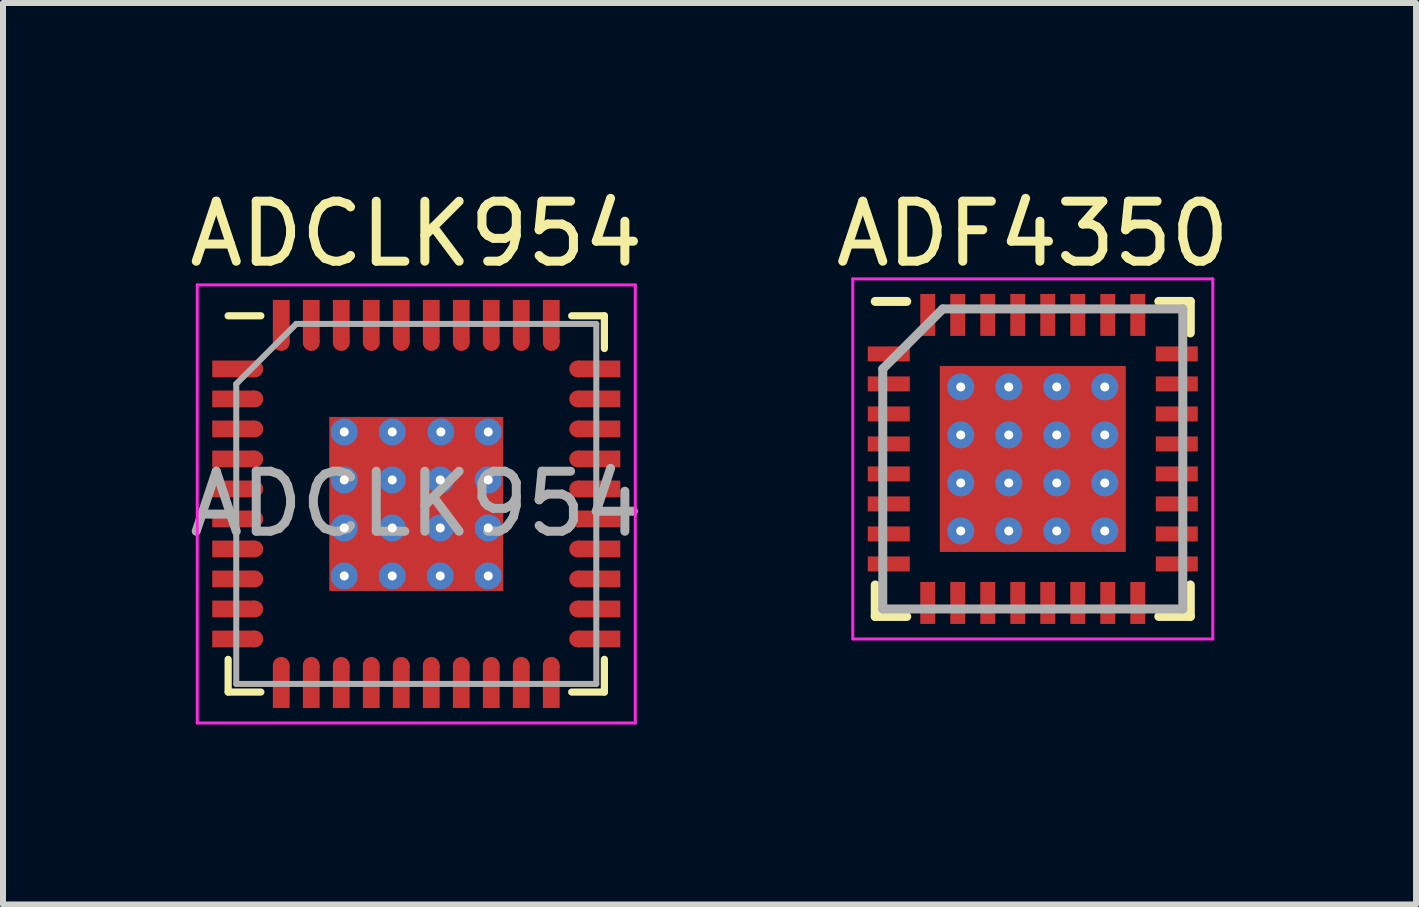
<source format=kicad_pcb>
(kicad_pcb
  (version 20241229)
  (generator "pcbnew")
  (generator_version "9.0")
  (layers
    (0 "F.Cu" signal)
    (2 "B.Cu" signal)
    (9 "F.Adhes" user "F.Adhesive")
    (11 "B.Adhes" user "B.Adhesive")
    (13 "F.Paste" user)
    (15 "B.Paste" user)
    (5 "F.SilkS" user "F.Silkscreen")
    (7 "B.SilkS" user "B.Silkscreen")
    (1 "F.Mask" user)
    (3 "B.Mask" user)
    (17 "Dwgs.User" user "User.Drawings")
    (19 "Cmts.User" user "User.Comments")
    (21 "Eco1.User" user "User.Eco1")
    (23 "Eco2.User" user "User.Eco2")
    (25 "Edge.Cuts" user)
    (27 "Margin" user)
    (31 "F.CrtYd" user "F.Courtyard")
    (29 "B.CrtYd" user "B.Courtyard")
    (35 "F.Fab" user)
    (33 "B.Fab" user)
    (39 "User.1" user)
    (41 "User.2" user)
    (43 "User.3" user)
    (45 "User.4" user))
  (footprint "ADF4350"
    (layer "F.Cu")
    (at 14.161 4.598)
    (property "Reference" "ADF4350" (at 0 -3.75 0) (layer "F.SilkS") (effects (font (size 1 1) (thickness 0.15))))
    (attr smd)
    (fp_line (start -2.625 -2.625) (end -2.1 -2.625) (stroke (width 0.15) (type solid)) (layer "F.SilkS"))
    (fp_line (start -2.625 2.625) (end -2.625 2.1) (stroke (width 0.15) (type solid)) (layer "F.SilkS"))
    (fp_line (start -2.625 2.625) (end -2.1 2.625) (stroke (width 0.15) (type solid)) (layer "F.SilkS"))
    (fp_line (start 2.625 -2.625) (end 2.1 -2.625) (stroke (width 0.15) (type solid)) (layer "F.SilkS"))
    (fp_line (start 2.625 -2.625) (end 2.625 -2.1) (stroke (width 0.15) (type solid)) (layer "F.SilkS"))
    (fp_line (start 2.625 2.625) (end 2.1 2.625) (stroke (width 0.15) (type solid)) (layer "F.SilkS"))
    (fp_line (start 2.625 2.625) (end 2.625 2.1) (stroke (width 0.15) (type solid)) (layer "F.SilkS"))
    (fp_line (start -3 -3) (end -3 3) (stroke (width 0.05) (type solid)) (layer "F.CrtYd"))
    (fp_line (start -3 -3) (end 3 -3) (stroke (width 0.05) (type solid)) (layer "F.CrtYd"))
    (fp_line (start -3 3) (end 3 3) (stroke (width 0.05) (type solid)) (layer "F.CrtYd"))
    (fp_line (start 3 -3) (end 3 3) (stroke (width 0.05) (type solid)) (layer "F.CrtYd"))
    (fp_line (start -2.5 -1.5) (end -1.5 -2.5) (stroke (width 0.15) (type solid)) (layer "F.Fab"))
    (fp_line (start -2.5 2.5) (end -2.5 -1.5) (stroke (width 0.15) (type solid)) (layer "F.Fab"))
    (fp_line (start -1.5 -2.5) (end 2.5 -2.5) (stroke (width 0.15) (type solid)) (layer "F.Fab"))
    (fp_line (start 2.5 -2.5) (end 2.5 2.5) (stroke (width 0.15) (type solid)) (layer "F.Fab"))
    (fp_line (start 2.5 2.5) (end -2.5 2.5) (stroke (width 0.15) (type solid)) (layer "F.Fab"))
    (pad "1" smd rect (at -2.4 -1.75) (size 0.7 0.25) (layers "F.Cu" "F.Mask" "F.Paste"))
    (pad "2" smd rect (at -2.4 -1.25) (size 0.7 0.25) (layers "F.Cu" "F.Mask" "F.Paste"))
    (pad "3" smd rect (at -2.4 -0.75) (size 0.7 0.25) (layers "F.Cu" "F.Mask" "F.Paste"))
    (pad "4" smd rect (at -2.4 -0.25) (size 0.7 0.25) (layers "F.Cu" "F.Mask" "F.Paste"))
    (pad "5" smd rect (at -2.4 0.25) (size 0.7 0.25) (layers "F.Cu" "F.Mask" "F.Paste"))
    (pad "6" smd rect (at -2.4 0.75) (size 0.7 0.25) (layers "F.Cu" "F.Mask" "F.Paste"))
    (pad "7" smd rect (at -2.4 1.25) (size 0.7 0.25) (layers "F.Cu" "F.Mask" "F.Paste"))
    (pad "8" smd rect (at -2.4 1.75) (size 0.7 0.25) (layers "F.Cu" "F.Mask" "F.Paste"))
    (pad "9" smd rect (at -1.75 2.4 90) (size 0.7 0.25) (layers "F.Cu" "F.Mask" "F.Paste"))
    (pad "10" smd rect (at -1.25 2.4 90) (size 0.7 0.25) (layers "F.Cu" "F.Mask" "F.Paste"))
    (pad "11" smd rect (at -0.75 2.4 90) (size 0.7 0.25) (layers "F.Cu" "F.Mask" "F.Paste"))
    (pad "12" smd rect (at -0.25 2.4 90) (size 0.7 0.25) (layers "F.Cu" "F.Mask" "F.Paste"))
    (pad "13" smd rect (at 0.25 2.4 90) (size 0.7 0.25) (layers "F.Cu" "F.Mask" "F.Paste"))
    (pad "14" smd rect (at 0.75 2.4 90) (size 0.7 0.25) (layers "F.Cu" "F.Mask" "F.Paste"))
    (pad "15" smd rect (at 1.25 2.4 90) (size 0.7 0.25) (layers "F.Cu" "F.Mask" "F.Paste"))
    (pad "16" smd rect (at 1.75 2.4 90) (size 0.7 0.25) (layers "F.Cu" "F.Mask" "F.Paste"))
    (pad "17" smd rect (at 2.4 1.75) (size 0.7 0.25) (layers "F.Cu" "F.Mask" "F.Paste"))
    (pad "18" smd rect (at 2.4 1.25) (size 0.7 0.25) (layers "F.Cu" "F.Mask" "F.Paste"))
    (pad "19" smd rect (at 2.4 0.75) (size 0.7 0.25) (layers "F.Cu" "F.Mask" "F.Paste"))
    (pad "20" smd rect (at 2.4 0.25) (size 0.7 0.25) (layers "F.Cu" "F.Mask" "F.Paste"))
    (pad "21" smd rect (at 2.4 -0.25) (size 0.7 0.25) (layers "F.Cu" "F.Mask" "F.Paste"))
    (pad "22" smd rect (at 2.4 -0.75) (size 0.7 0.25) (layers "F.Cu" "F.Mask" "F.Paste"))
    (pad "23" smd rect (at 2.4 -1.25) (size 0.7 0.25) (layers "F.Cu" "F.Mask" "F.Paste"))
    (pad "24" smd rect (at 2.4 -1.75) (size 0.7 0.25) (layers "F.Cu" "F.Mask" "F.Paste"))
    (pad "25" smd rect (at 1.75 -2.4 90) (size 0.7 0.25) (layers "F.Cu" "F.Mask" "F.Paste"))
    (pad "26" smd rect (at 1.25 -2.4 90) (size 0.7 0.25) (layers "F.Cu" "F.Mask" "F.Paste"))
    (pad "27" smd rect (at 0.75 -2.4 90) (size 0.7 0.25) (layers "F.Cu" "F.Mask" "F.Paste"))
    (pad "28" smd rect (at 0.25 -2.4 90) (size 0.7 0.25) (layers "F.Cu" "F.Mask" "F.Paste"))
    (pad "29" smd rect (at -0.25 -2.4 90) (size 0.7 0.25) (layers "F.Cu" "F.Mask" "F.Paste"))
    (pad "30" smd rect (at -0.75 -2.4 90) (size 0.7 0.25) (layers "F.Cu" "F.Mask" "F.Paste"))
    (pad "31" smd rect (at -1.25 -2.4 90) (size 0.7 0.25) (layers "F.Cu" "F.Mask" "F.Paste"))
    (pad "32" smd rect (at -1.75 -2.4 90) (size 0.7 0.25) (layers "F.Cu" "F.Mask" "F.Paste"))
    (pad "33" thru_hole circle (at -1.2 -1.2) (size 0.45 0.45) (drill 0.15) (layers "*.Cu" "*.Mask"))
    (pad "33" thru_hole circle (at -1.2 -0.4) (size 0.45 0.45) (drill 0.15) (layers "*.Cu" "*.Mask"))
    (pad "33" thru_hole circle (at -1.2 0.4) (size 0.45 0.45) (drill 0.15) (layers "*.Cu" "*.Mask"))
    (pad "33" thru_hole circle (at -1.2 1.2) (size 0.45 0.45) (drill 0.15) (layers "*.Cu" "*.Mask"))
    (pad "33" thru_hole circle (at -0.4 -1.2) (size 0.45 0.45) (drill 0.15) (layers "*.Cu" "*.Mask"))
    (pad "33" thru_hole circle (at -0.4 -0.4 90) (size 0.45 0.45) (drill 0.15) (layers "*.Cu" "*.Mask"))
    (pad "33" thru_hole circle (at -0.4 0.4) (size 0.45 0.45) (drill 0.15) (layers "*.Cu" "*.Mask"))
    (pad "33" thru_hole circle (at -0.4 1.2) (size 0.45 0.45) (drill 0.15) (layers "*.Cu" "*.Mask"))
    (pad "33" smd rect (at 0 0) (size 3.1 3.1) (layers "F.Cu" "F.Mask" "F.Paste"))
    (pad "33" thru_hole circle (at 0.4 -1.2) (size 0.45 0.45) (drill 0.15) (layers "*.Cu" "*.Mask"))
    (pad "33" thru_hole circle (at 0.4 -0.4) (size 0.45 0.45) (drill 0.15) (layers "*.Cu" "*.Mask"))
    (pad "33" thru_hole circle (at 0.4 0.4) (size 0.45 0.45) (drill 0.15) (layers "*.Cu" "*.Mask"))
    (pad "33" thru_hole circle (at 0.4 1.2) (size 0.45 0.45) (drill 0.15) (layers "*.Cu" "*.Mask"))
    (pad "33" thru_hole circle (at 1.2 -1.2) (size 0.45 0.45) (drill 0.15) (layers "*.Cu" "*.Mask"))
    (pad "33" thru_hole circle (at 1.2 -0.4) (size 0.45 0.45) (drill 0.15) (layers "*.Cu" "*.Mask"))
    (pad "33" thru_hole circle (at 1.2 0.4) (size 0.45 0.45) (drill 0.15) (layers "*.Cu" "*.Mask"))
    (pad "33" thru_hole circle (at 1.2 1.2) (size 0.45 0.45) (drill 0.15) (layers "*.Cu" "*.Mask")))
  (footprint "ADCLK954"
    (layer "F.Cu")
    (at 3.887 5.348)
    (property "Reference" "ADCLK954" (at 0 -4.5 0) (layer "F.SilkS") (effects (font (size 1 1) (thickness 0.15))))
    (attr smd)
    (fp_line (start -3.135 -3.135) (end -2.59 -3.135) (stroke (width 0.12) (type solid)) (layer "F.SilkS"))
    (fp_line (start -3.135 2.59) (end -3.135 3.135) (stroke (width 0.12) (type solid)) (layer "F.SilkS"))
    (fp_line (start -3.135 3.135) (end -2.59 3.135) (stroke (width 0.12) (type solid)) (layer "F.SilkS"))
    (fp_line (start 3.135 -3.135) (end 2.59 -3.135) (stroke (width 0.12) (type solid)) (layer "F.SilkS"))
    (fp_line (start 3.135 -2.59) (end 3.135 -3.135) (stroke (width 0.12) (type solid)) (layer "F.SilkS"))
    (fp_line (start 3.135 2.59) (end 3.135 3.135) (stroke (width 0.12) (type solid)) (layer "F.SilkS"))
    (fp_line (start 3.135 3.135) (end 2.59 3.135) (stroke (width 0.12) (type solid)) (layer "F.SilkS"))
    (fp_line (start -3.65 -3.65) (end -3.65 3.65) (stroke (width 0.05) (type solid)) (layer "F.CrtYd"))
    (fp_line (start -3.65 3.65) (end 3.65 3.65) (stroke (width 0.05) (type solid)) (layer "F.CrtYd"))
    (fp_line (start 3.65 -3.65) (end -3.65 -3.65) (stroke (width 0.05) (type solid)) (layer "F.CrtYd"))
    (fp_line (start 3.65 3.65) (end 3.65 -3.65) (stroke (width 0.05) (type solid)) (layer "F.CrtYd"))
    (fp_line (start -3 -2) (end -3 3) (stroke (width 0.1) (type solid)) (layer "F.Fab"))
    (fp_line (start -3 3) (end 3 3) (stroke (width 0.1) (type solid)) (layer "F.Fab"))
    (fp_line (start -2 -3) (end -3 -2) (stroke (width 0.1) (type solid)) (layer "F.Fab"))
    (fp_line (start 3 -3) (end -2 -3) (stroke (width 0.1) (type solid)) (layer "F.Fab"))
    (fp_line (start 3 3) (end 3 -3) (stroke (width 0.1) (type solid)) (layer "F.Fab"))
    (fp_text user "${REFERENCE}" (at 0 0 0) (layer "F.Fab") (effects (font (size 1 1) (thickness 0.15))))
    (pad "1" smd rect (at -3.045 -2.25) (size 0.71 0.28) (layers "F.Cu" "F.Mask" "F.Paste"))
    (pad "1" smd circle (at -2.69 -2.25) (size 0.28 0.28) (layers "F.Cu" "F.Mask" "F.Paste"))
    (pad "2" smd rect (at -3.045 -1.75) (size 0.71 0.28) (layers "F.Cu" "F.Mask" "F.Paste"))
    (pad "2" smd circle (at -2.69 -1.75) (size 0.28 0.28) (layers "F.Cu" "F.Mask" "F.Paste"))
    (pad "3" smd rect (at -3.045 -1.25) (size 0.71 0.28) (layers "F.Cu" "F.Mask" "F.Paste"))
    (pad "3" smd circle (at -2.69 -1.25) (size 0.28 0.28) (layers "F.Cu" "F.Mask" "F.Paste"))
    (pad "4" smd rect (at -3.045 -0.75) (size 0.71 0.28) (layers "F.Cu" "F.Mask" "F.Paste"))
    (pad "4" smd circle (at -2.69 -0.75) (size 0.28 0.28) (layers "F.Cu" "F.Mask" "F.Paste"))
    (pad "5" smd rect (at -3.045 -0.25) (size 0.71 0.28) (layers "F.Cu" "F.Mask" "F.Paste"))
    (pad "5" smd circle (at -2.69 -0.25) (size 0.28 0.28) (layers "F.Cu" "F.Mask" "F.Paste"))
    (pad "6" smd rect (at -3.045 0.25) (size 0.71 0.28) (layers "F.Cu" "F.Mask" "F.Paste"))
    (pad "6" smd circle (at -2.69 0.25) (size 0.28 0.28) (layers "F.Cu" "F.Mask" "F.Paste"))
    (pad "7" smd rect (at -3.045 0.75) (size 0.71 0.28) (layers "F.Cu" "F.Mask" "F.Paste"))
    (pad "7" smd circle (at -2.69 0.75) (size 0.28 0.28) (layers "F.Cu" "F.Mask" "F.Paste"))
    (pad "8" smd rect (at -3.045 1.25) (size 0.71 0.28) (layers "F.Cu" "F.Mask" "F.Paste"))
    (pad "8" smd circle (at -2.69 1.25) (size 0.28 0.28) (layers "F.Cu" "F.Mask" "F.Paste"))
    (pad "9" smd rect (at -3.045 1.75) (size 0.71 0.28) (layers "F.Cu" "F.Mask" "F.Paste"))
    (pad "9" smd circle (at -2.69 1.75) (size 0.28 0.28) (layers "F.Cu" "F.Mask" "F.Paste"))
    (pad "10" smd rect (at -3.045 2.25) (size 0.71 0.28) (layers "F.Cu" "F.Mask" "F.Paste"))
    (pad "10" smd circle (at -2.69 2.25) (size 0.28 0.28) (layers "F.Cu" "F.Mask" "F.Paste"))
    (pad "11" smd circle (at -2.25 2.69) (size 0.28 0.28) (layers "F.Cu" "F.Mask" "F.Paste"))
    (pad "11" smd rect (at -2.25 3.045) (size 0.28 0.71) (layers "F.Cu" "F.Mask" "F.Paste"))
    (pad "12" smd circle (at -1.75 2.69) (size 0.28 0.28) (layers "F.Cu" "F.Mask" "F.Paste"))
    (pad "12" smd rect (at -1.75 3.045) (size 0.28 0.71) (layers "F.Cu" "F.Mask" "F.Paste"))
    (pad "13" smd circle (at -1.25 2.69) (size 0.28 0.28) (layers "F.Cu" "F.Mask" "F.Paste"))
    (pad "13" smd rect (at -1.25 3.045) (size 0.28 0.71) (layers "F.Cu" "F.Mask" "F.Paste"))
    (pad "14" smd circle (at -0.75 2.69) (size 0.28 0.28) (layers "F.Cu" "F.Mask" "F.Paste"))
    (pad "14" smd rect (at -0.75 3.045) (size 0.28 0.71) (layers "F.Cu" "F.Mask" "F.Paste"))
    (pad "15" smd circle (at -0.25 2.69) (size 0.28 0.28) (layers "F.Cu" "F.Mask" "F.Paste"))
    (pad "15" smd rect (at -0.25 3.045) (size 0.28 0.71) (layers "F.Cu" "F.Mask" "F.Paste"))
    (pad "16" smd circle (at 0.25 2.69) (size 0.28 0.28) (layers "F.Cu" "F.Mask" "F.Paste"))
    (pad "16" smd rect (at 0.25 3.045) (size 0.28 0.71) (layers "F.Cu" "F.Mask" "F.Paste"))
    (pad "17" smd circle (at 0.75 2.69) (size 0.28 0.28) (layers "F.Cu" "F.Mask" "F.Paste"))
    (pad "17" smd rect (at 0.75 3.045) (size 0.28 0.71) (layers "F.Cu" "F.Mask" "F.Paste"))
    (pad "18" smd circle (at 1.25 2.69) (size 0.28 0.28) (layers "F.Cu" "F.Mask" "F.Paste"))
    (pad "18" smd rect (at 1.25 3.045) (size 0.28 0.71) (layers "F.Cu" "F.Mask" "F.Paste"))
    (pad "19" smd circle (at 1.75 2.69) (size 0.28 0.28) (layers "F.Cu" "F.Mask" "F.Paste"))
    (pad "19" smd rect (at 1.75 3.045) (size 0.28 0.71) (layers "F.Cu" "F.Mask" "F.Paste"))
    (pad "20" smd circle (at 2.25 2.69) (size 0.28 0.28) (layers "F.Cu" "F.Mask" "F.Paste"))
    (pad "20" smd rect (at 2.25 3.045) (size 0.28 0.71) (layers "F.Cu" "F.Mask" "F.Paste"))
    (pad "21" smd circle (at 2.69 2.25) (size 0.28 0.28) (layers "F.Cu" "F.Mask" "F.Paste"))
    (pad "21" smd rect (at 3.045 2.25) (size 0.71 0.28) (layers "F.Cu" "F.Mask" "F.Paste"))
    (pad "22" smd circle (at 2.69 1.75) (size 0.28 0.28) (layers "F.Cu" "F.Mask" "F.Paste"))
    (pad "22" smd rect (at 3.045 1.75) (size 0.71 0.28) (layers "F.Cu" "F.Mask" "F.Paste"))
    (pad "23" smd circle (at 2.69 1.25) (size 0.28 0.28) (layers "F.Cu" "F.Mask" "F.Paste"))
    (pad "23" smd rect (at 3.045 1.25) (size 0.71 0.28) (layers "F.Cu" "F.Mask" "F.Paste"))
    (pad "24" smd circle (at 2.69 0.75) (size 0.28 0.28) (layers "F.Cu" "F.Mask" "F.Paste"))
    (pad "24" smd rect (at 3.045 0.75) (size 0.71 0.28) (layers "F.Cu" "F.Mask" "F.Paste"))
    (pad "25" smd circle (at 2.69 0.25) (size 0.28 0.28) (layers "F.Cu" "F.Mask" "F.Paste"))
    (pad "25" smd rect (at 3.045 0.25) (size 0.71 0.28) (layers "F.Cu" "F.Mask" "F.Paste"))
    (pad "26" smd circle (at 2.69 -0.25) (size 0.28 0.28) (layers "F.Cu" "F.Mask" "F.Paste"))
    (pad "26" smd rect (at 3.045 -0.25) (size 0.71 0.28) (layers "F.Cu" "F.Mask" "F.Paste"))
    (pad "27" smd circle (at 2.69 -0.75) (size 0.28 0.28) (layers "F.Cu" "F.Mask" "F.Paste"))
    (pad "27" smd rect (at 3.045 -0.75) (size 0.71 0.28) (layers "F.Cu" "F.Mask" "F.Paste"))
    (pad "28" smd circle (at 2.69 -1.25) (size 0.28 0.28) (layers "F.Cu" "F.Mask" "F.Paste"))
    (pad "28" smd rect (at 3.045 -1.25) (size 0.71 0.28) (layers "F.Cu" "F.Mask" "F.Paste"))
    (pad "29" smd circle (at 2.69 -1.75) (size 0.28 0.28) (layers "F.Cu" "F.Mask" "F.Paste"))
    (pad "29" smd rect (at 3.045 -1.75) (size 0.71 0.28) (layers "F.Cu" "F.Mask" "F.Paste"))
    (pad "30" smd circle (at 2.69 -2.25) (size 0.28 0.28) (layers "F.Cu" "F.Mask" "F.Paste"))
    (pad "30" smd rect (at 3.045 -2.25) (size 0.71 0.28) (layers "F.Cu" "F.Mask" "F.Paste"))
    (pad "31" smd rect (at 2.25 -3.045) (size 0.28 0.71) (layers "F.Cu" "F.Mask" "F.Paste"))
    (pad "31" smd circle (at 2.25 -2.69) (size 0.28 0.28) (layers "F.Cu" "F.Mask" "F.Paste"))
    (pad "32" smd rect (at 1.75 -3.045) (size 0.28 0.71) (layers "F.Cu" "F.Mask" "F.Paste"))
    (pad "32" smd circle (at 1.75 -2.69) (size 0.28 0.28) (layers "F.Cu" "F.Mask" "F.Paste"))
    (pad "33" smd rect (at 1.25 -3.045) (size 0.28 0.71) (layers "F.Cu" "F.Mask" "F.Paste"))
    (pad "33" smd circle (at 1.25 -2.69) (size 0.28 0.28) (layers "F.Cu" "F.Mask" "F.Paste"))
    (pad "34" smd rect (at 0.75 -3.045) (size 0.28 0.71) (layers "F.Cu" "F.Mask" "F.Paste"))
    (pad "34" smd circle (at 0.75 -2.69) (size 0.28 0.28) (layers "F.Cu" "F.Mask" "F.Paste"))
    (pad "35" smd rect (at 0.25 -3.045) (size 0.28 0.71) (layers "F.Cu" "F.Mask" "F.Paste"))
    (pad "35" smd circle (at 0.25 -2.69) (size 0.28 0.28) (layers "F.Cu" "F.Mask" "F.Paste"))
    (pad "36" smd rect (at -0.25 -3.045) (size 0.28 0.71) (layers "F.Cu" "F.Mask" "F.Paste"))
    (pad "36" smd circle (at -0.25 -2.69) (size 0.28 0.28) (layers "F.Cu" "F.Mask" "F.Paste"))
    (pad "37" smd rect (at -0.75 -3.045) (size 0.28 0.71) (layers "F.Cu" "F.Mask" "F.Paste"))
    (pad "37" smd circle (at -0.75 -2.69) (size 0.28 0.28) (layers "F.Cu" "F.Mask" "F.Paste"))
    (pad "38" smd rect (at -1.25 -3.045) (size 0.28 0.71) (layers "F.Cu" "F.Mask" "F.Paste"))
    (pad "38" smd circle (at -1.25 -2.69) (size 0.28 0.28) (layers "F.Cu" "F.Mask" "F.Paste"))
    (pad "39" smd rect (at -1.75 -3.045) (size 0.28 0.71) (layers "F.Cu" "F.Mask" "F.Paste"))
    (pad "39" smd circle (at -1.75 -2.69) (size 0.28 0.28) (layers "F.Cu" "F.Mask" "F.Paste"))
    (pad "40" smd rect (at -2.25 -3.045) (size 0.28 0.71) (layers "F.Cu" "F.Mask" "F.Paste"))
    (pad "40" smd circle (at -2.25 -2.69) (size 0.28 0.28) (layers "F.Cu" "F.Mask" "F.Paste"))
    (pad "41" thru_hole circle (at -1.2 -1.2) (size 0.45 0.45) (drill 0.15) (layers "*.Cu" "*.Mask"))
    (pad "41" thru_hole circle (at -1.2 -0.4) (size 0.45 0.45) (drill 0.15) (layers "*.Cu" "*.Mask"))
    (pad "41" thru_hole circle (at -1.2 0.4) (size 0.45 0.45) (drill 0.15) (layers "*.Cu" "*.Mask"))
    (pad "41" thru_hole circle (at -1.2 1.2) (size 0.45 0.45) (drill 0.15) (layers "*.Cu" "*.Mask"))
    (pad "41" thru_hole circle (at -0.4 -1.2) (size 0.45 0.45) (drill 0.15) (layers "*.Cu" "*.Mask"))
    (pad "41" thru_hole circle (at -0.4 -0.4) (size 0.45 0.45) (drill 0.15) (layers "*.Cu" "*.Mask"))
    (pad "41" thru_hole circle (at -0.4 0.4) (size 0.45 0.45) (drill 0.15) (layers "*.Cu" "*.Mask"))
    (pad "41" thru_hole circle (at -0.4 1.2) (size 0.45 0.45) (drill 0.15) (layers "*.Cu" "*.Mask"))
    (pad "41" smd rect (at 0 0) (size 2.9 2.9) (layers "F.Cu" "F.Mask"))
    (pad "41" thru_hole circle (at 0.4 -0.4) (size 0.45 0.45) (drill 0.15) (layers "*.Cu" "*.Mask"))
    (pad "41" thru_hole circle (at 0.4 0.4) (size 0.45 0.45) (drill 0.15) (layers "*.Cu" "*.Mask"))
    (pad "41" thru_hole circle (at 0.4 1.2) (size 0.45 0.45) (drill 0.15) (layers "*.Cu" "*.Mask"))
    (pad "41" thru_hole circle (at 0.41 -1.2) (size 0.45 0.45) (drill 0.15) (layers "*.Cu" "*.Mask"))
    (pad "41" thru_hole circle (at 1.2 -1.2) (size 0.45 0.45) (drill 0.15) (layers "*.Cu" "*.Mask"))
    (pad "41" thru_hole circle (at 1.2 -0.4) (size 0.45 0.45) (drill 0.15) (layers "*.Cu" "*.Mask"))
    (pad "41" thru_hole circle (at 1.2 0.4) (size 0.45 0.45) (drill 0.15) (layers "*.Cu" "*.Mask"))
    (pad "41" thru_hole circle (at 1.2 1.2) (size 0.45 0.45) (drill 0.15) (layers "*.Cu" "*.Mask")))
  (gr_rect
    (start -3 -3)
    (end 20.548 12.023)
    (stroke (width 0.1) (type default))
    (fill no)
    (layer "Edge.Cuts")))
</source>
